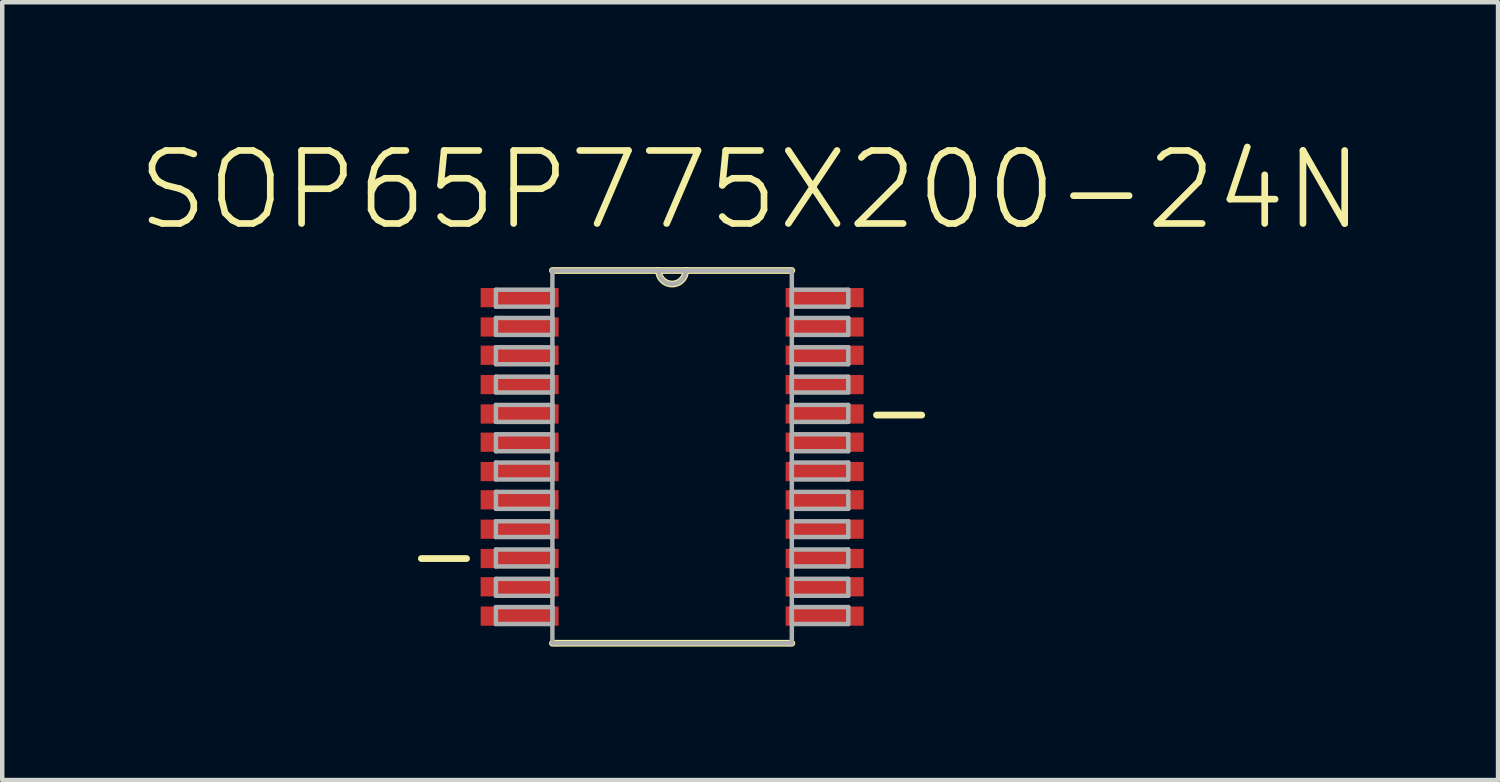
<source format=kicad_pcb>
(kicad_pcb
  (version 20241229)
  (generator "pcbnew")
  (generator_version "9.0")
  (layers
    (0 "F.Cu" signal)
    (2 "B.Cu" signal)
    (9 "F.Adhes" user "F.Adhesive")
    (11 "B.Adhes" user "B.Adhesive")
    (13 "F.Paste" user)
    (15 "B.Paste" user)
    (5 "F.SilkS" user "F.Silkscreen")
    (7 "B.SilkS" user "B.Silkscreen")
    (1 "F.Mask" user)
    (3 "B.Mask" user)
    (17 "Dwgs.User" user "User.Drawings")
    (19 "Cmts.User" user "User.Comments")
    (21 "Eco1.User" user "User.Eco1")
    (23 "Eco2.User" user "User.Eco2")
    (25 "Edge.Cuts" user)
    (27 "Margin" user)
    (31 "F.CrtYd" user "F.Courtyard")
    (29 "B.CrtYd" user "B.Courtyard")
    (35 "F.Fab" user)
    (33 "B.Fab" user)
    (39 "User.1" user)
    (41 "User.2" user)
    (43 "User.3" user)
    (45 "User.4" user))
  (footprint "SOP65P775X200-24N"
    (layer "F.Cu")
    (at 12.064 7.224)
    (property "Reference" "SOP65P775X200-24N" (at 1.754 -6 0) (layer "F.SilkS") (effects (font (size 1.642 1.642) (thickness 0.15))))
    (attr smd)
    (fp_line (start -5.639 2.286) (end -4.623 2.286) (stroke (width 0.152) (type solid)) (layer "F.SilkS"))
    (fp_line (start -2.692 4.191) (end 2.692 4.191) (stroke (width 0.152) (type solid)) (layer "F.SilkS"))
    (fp_line (start -0.305 -4.191) (end -2.692 -4.191) (stroke (width 0.152) (type solid)) (layer "F.SilkS"))
    (fp_line (start 0.305 -4.191) (end -0.305 -4.191) (stroke (width 0.152) (type solid)) (layer "F.SilkS"))
    (fp_line (start 2.692 -4.191) (end 0.305 -4.191) (stroke (width 0.152) (type solid)) (layer "F.SilkS"))
    (fp_line (start 4.597 -0.94) (end 5.613 -0.94) (stroke (width 0.152) (type solid)) (layer "F.SilkS"))
    (fp_arc (start 0.3048 -4.191) (mid 0 -3.8862) (end -0.3048 -4.191) (stroke (width 0.1524) (type solid)) (layer "F.SilkS"))
    (fp_line (start -3.962 -3.759) (end -3.962 -3.378) (stroke (width 0.1) (type solid)) (layer "F.Fab"))
    (fp_line (start -3.962 -3.378) (end -2.692 -3.378) (stroke (width 0.1) (type solid)) (layer "F.Fab"))
    (fp_line (start -3.962 -3.124) (end -3.962 -2.743) (stroke (width 0.1) (type solid)) (layer "F.Fab"))
    (fp_line (start -3.962 -2.743) (end -2.692 -2.743) (stroke (width 0.1) (type solid)) (layer "F.Fab"))
    (fp_line (start -3.962 -2.464) (end -3.962 -2.083) (stroke (width 0.1) (type solid)) (layer "F.Fab"))
    (fp_line (start -3.962 -2.083) (end -2.692 -2.083) (stroke (width 0.1) (type solid)) (layer "F.Fab"))
    (fp_line (start -3.962 -1.803) (end -3.962 -1.448) (stroke (width 0.1) (type solid)) (layer "F.Fab"))
    (fp_line (start -3.962 -1.448) (end -2.692 -1.448) (stroke (width 0.1) (type solid)) (layer "F.Fab"))
    (fp_line (start -3.962 -1.168) (end -3.962 -0.787) (stroke (width 0.1) (type solid)) (layer "F.Fab"))
    (fp_line (start -3.962 -0.787) (end -2.692 -0.787) (stroke (width 0.1) (type solid)) (layer "F.Fab"))
    (fp_line (start -3.962 -0.508) (end -3.962 -0.127) (stroke (width 0.1) (type solid)) (layer "F.Fab"))
    (fp_line (start -3.962 -0.127) (end -2.692 -0.127) (stroke (width 0.1) (type solid)) (layer "F.Fab"))
    (fp_line (start -3.962 0.127) (end -3.962 0.508) (stroke (width 0.1) (type solid)) (layer "F.Fab"))
    (fp_line (start -3.962 0.508) (end -2.692 0.508) (stroke (width 0.1) (type solid)) (layer "F.Fab"))
    (fp_line (start -3.962 0.787) (end -3.962 1.168) (stroke (width 0.1) (type solid)) (layer "F.Fab"))
    (fp_line (start -3.962 1.168) (end -2.692 1.168) (stroke (width 0.1) (type solid)) (layer "F.Fab"))
    (fp_line (start -3.962 1.448) (end -3.962 1.803) (stroke (width 0.1) (type solid)) (layer "F.Fab"))
    (fp_line (start -3.962 1.803) (end -2.692 1.803) (stroke (width 0.1) (type solid)) (layer "F.Fab"))
    (fp_line (start -3.962 2.083) (end -3.962 2.464) (stroke (width 0.1) (type solid)) (layer "F.Fab"))
    (fp_line (start -3.962 2.464) (end -2.692 2.464) (stroke (width 0.1) (type solid)) (layer "F.Fab"))
    (fp_line (start -3.962 2.743) (end -3.962 3.124) (stroke (width 0.1) (type solid)) (layer "F.Fab"))
    (fp_line (start -3.962 3.124) (end -2.692 3.124) (stroke (width 0.1) (type solid)) (layer "F.Fab"))
    (fp_line (start -3.962 3.378) (end -3.962 3.759) (stroke (width 0.1) (type solid)) (layer "F.Fab"))
    (fp_line (start -3.962 3.759) (end -2.692 3.759) (stroke (width 0.1) (type solid)) (layer "F.Fab"))
    (fp_line (start -2.692 -4.191) (end -2.692 4.191) (stroke (width 0.1) (type solid)) (layer "F.Fab"))
    (fp_line (start -2.692 -3.759) (end -3.962 -3.759) (stroke (width 0.1) (type solid)) (layer "F.Fab"))
    (fp_line (start -2.692 -3.378) (end -2.692 -3.759) (stroke (width 0.1) (type solid)) (layer "F.Fab"))
    (fp_line (start -2.692 -3.124) (end -3.962 -3.124) (stroke (width 0.1) (type solid)) (layer "F.Fab"))
    (fp_line (start -2.692 -2.743) (end -2.692 -3.124) (stroke (width 0.1) (type solid)) (layer "F.Fab"))
    (fp_line (start -2.692 -2.464) (end -3.962 -2.464) (stroke (width 0.1) (type solid)) (layer "F.Fab"))
    (fp_line (start -2.692 -2.083) (end -2.692 -2.464) (stroke (width 0.1) (type solid)) (layer "F.Fab"))
    (fp_line (start -2.692 -1.803) (end -3.962 -1.803) (stroke (width 0.1) (type solid)) (layer "F.Fab"))
    (fp_line (start -2.692 -1.448) (end -2.692 -1.803) (stroke (width 0.1) (type solid)) (layer "F.Fab"))
    (fp_line (start -2.692 -1.168) (end -3.962 -1.168) (stroke (width 0.1) (type solid)) (layer "F.Fab"))
    (fp_line (start -2.692 -0.787) (end -2.692 -1.168) (stroke (width 0.1) (type solid)) (layer "F.Fab"))
    (fp_line (start -2.692 -0.508) (end -3.962 -0.508) (stroke (width 0.1) (type solid)) (layer "F.Fab"))
    (fp_line (start -2.692 -0.127) (end -2.692 -0.508) (stroke (width 0.1) (type solid)) (layer "F.Fab"))
    (fp_line (start -2.692 0.127) (end -3.962 0.127) (stroke (width 0.1) (type solid)) (layer "F.Fab"))
    (fp_line (start -2.692 0.508) (end -2.692 0.127) (stroke (width 0.1) (type solid)) (layer "F.Fab"))
    (fp_line (start -2.692 0.787) (end -3.962 0.787) (stroke (width 0.1) (type solid)) (layer "F.Fab"))
    (fp_line (start -2.692 1.168) (end -2.692 0.787) (stroke (width 0.1) (type solid)) (layer "F.Fab"))
    (fp_line (start -2.692 1.448) (end -3.962 1.448) (stroke (width 0.1) (type solid)) (layer "F.Fab"))
    (fp_line (start -2.692 1.803) (end -2.692 1.448) (stroke (width 0.1) (type solid)) (layer "F.Fab"))
    (fp_line (start -2.692 2.083) (end -3.962 2.083) (stroke (width 0.1) (type solid)) (layer "F.Fab"))
    (fp_line (start -2.692 2.464) (end -2.692 2.083) (stroke (width 0.1) (type solid)) (layer "F.Fab"))
    (fp_line (start -2.692 2.743) (end -3.962 2.743) (stroke (width 0.1) (type solid)) (layer "F.Fab"))
    (fp_line (start -2.692 3.124) (end -2.692 2.743) (stroke (width 0.1) (type solid)) (layer "F.Fab"))
    (fp_line (start -2.692 3.378) (end -3.962 3.378) (stroke (width 0.1) (type solid)) (layer "F.Fab"))
    (fp_line (start -2.692 3.759) (end -2.692 3.378) (stroke (width 0.1) (type solid)) (layer "F.Fab"))
    (fp_line (start -2.692 4.191) (end 2.692 4.191) (stroke (width 0.1) (type solid)) (layer "F.Fab"))
    (fp_line (start -0.305 -4.191) (end -2.692 -4.191) (stroke (width 0.1) (type solid)) (layer "F.Fab"))
    (fp_line (start 0.305 -4.191) (end -0.305 -4.191) (stroke (width 0.1) (type solid)) (layer "F.Fab"))
    (fp_line (start 2.692 -4.191) (end 0.305 -4.191) (stroke (width 0.1) (type solid)) (layer "F.Fab"))
    (fp_line (start 2.692 -3.759) (end 2.692 -3.378) (stroke (width 0.1) (type solid)) (layer "F.Fab"))
    (fp_line (start 2.692 -3.378) (end 3.962 -3.378) (stroke (width 0.1) (type solid)) (layer "F.Fab"))
    (fp_line (start 2.692 -3.124) (end 2.692 -2.743) (stroke (width 0.1) (type solid)) (layer "F.Fab"))
    (fp_line (start 2.692 -2.743) (end 3.962 -2.743) (stroke (width 0.1) (type solid)) (layer "F.Fab"))
    (fp_line (start 2.692 -2.464) (end 2.692 -2.083) (stroke (width 0.1) (type solid)) (layer "F.Fab"))
    (fp_line (start 2.692 -2.083) (end 3.962 -2.083) (stroke (width 0.1) (type solid)) (layer "F.Fab"))
    (fp_line (start 2.692 -1.803) (end 2.692 -1.448) (stroke (width 0.1) (type solid)) (layer "F.Fab"))
    (fp_line (start 2.692 -1.448) (end 3.962 -1.448) (stroke (width 0.1) (type solid)) (layer "F.Fab"))
    (fp_line (start 2.692 -1.168) (end 2.692 -0.787) (stroke (width 0.1) (type solid)) (layer "F.Fab"))
    (fp_line (start 2.692 -0.787) (end 3.962 -0.787) (stroke (width 0.1) (type solid)) (layer "F.Fab"))
    (fp_line (start 2.692 -0.508) (end 2.692 -0.127) (stroke (width 0.1) (type solid)) (layer "F.Fab"))
    (fp_line (start 2.692 -0.127) (end 3.962 -0.127) (stroke (width 0.1) (type solid)) (layer "F.Fab"))
    (fp_line (start 2.692 0.127) (end 2.692 0.508) (stroke (width 0.1) (type solid)) (layer "F.Fab"))
    (fp_line (start 2.692 0.508) (end 3.962 0.508) (stroke (width 0.1) (type solid)) (layer "F.Fab"))
    (fp_line (start 2.692 0.787) (end 2.692 1.168) (stroke (width 0.1) (type solid)) (layer "F.Fab"))
    (fp_line (start 2.692 1.168) (end 3.962 1.168) (stroke (width 0.1) (type solid)) (layer "F.Fab"))
    (fp_line (start 2.692 1.448) (end 2.692 1.803) (stroke (width 0.1) (type solid)) (layer "F.Fab"))
    (fp_line (start 2.692 1.803) (end 3.962 1.803) (stroke (width 0.1) (type solid)) (layer "F.Fab"))
    (fp_line (start 2.692 2.083) (end 2.692 2.464) (stroke (width 0.1) (type solid)) (layer "F.Fab"))
    (fp_line (start 2.692 2.464) (end 3.962 2.464) (stroke (width 0.1) (type solid)) (layer "F.Fab"))
    (fp_line (start 2.692 2.743) (end 2.692 3.124) (stroke (width 0.1) (type solid)) (layer "F.Fab"))
    (fp_line (start 2.692 3.124) (end 3.962 3.124) (stroke (width 0.1) (type solid)) (layer "F.Fab"))
    (fp_line (start 2.692 3.378) (end 2.692 3.759) (stroke (width 0.1) (type solid)) (layer "F.Fab"))
    (fp_line (start 2.692 3.759) (end 3.962 3.759) (stroke (width 0.1) (type solid)) (layer "F.Fab"))
    (fp_line (start 2.692 4.191) (end 2.692 -4.191) (stroke (width 0.1) (type solid)) (layer "F.Fab"))
    (fp_line (start 3.962 -3.759) (end 2.692 -3.759) (stroke (width 0.1) (type solid)) (layer "F.Fab"))
    (fp_line (start 3.962 -3.378) (end 3.962 -3.759) (stroke (width 0.1) (type solid)) (layer "F.Fab"))
    (fp_line (start 3.962 -3.124) (end 2.692 -3.124) (stroke (width 0.1) (type solid)) (layer "F.Fab"))
    (fp_line (start 3.962 -2.743) (end 3.962 -3.124) (stroke (width 0.1) (type solid)) (layer "F.Fab"))
    (fp_line (start 3.962 -2.464) (end 2.692 -2.464) (stroke (width 0.1) (type solid)) (layer "F.Fab"))
    (fp_line (start 3.962 -2.083) (end 3.962 -2.464) (stroke (width 0.1) (type solid)) (layer "F.Fab"))
    (fp_line (start 3.962 -1.803) (end 2.692 -1.803) (stroke (width 0.1) (type solid)) (layer "F.Fab"))
    (fp_line (start 3.962 -1.448) (end 3.962 -1.803) (stroke (width 0.1) (type solid)) (layer "F.Fab"))
    (fp_line (start 3.962 -1.168) (end 2.692 -1.168) (stroke (width 0.1) (type solid)) (layer "F.Fab"))
    (fp_line (start 3.962 -0.787) (end 3.962 -1.168) (stroke (width 0.1) (type solid)) (layer "F.Fab"))
    (fp_line (start 3.962 -0.508) (end 2.692 -0.508) (stroke (width 0.1) (type solid)) (layer "F.Fab"))
    (fp_line (start 3.962 -0.127) (end 3.962 -0.508) (stroke (width 0.1) (type solid)) (layer "F.Fab"))
    (fp_line (start 3.962 0.127) (end 2.692 0.127) (stroke (width 0.1) (type solid)) (layer "F.Fab"))
    (fp_line (start 3.962 0.508) (end 3.962 0.127) (stroke (width 0.1) (type solid)) (layer "F.Fab"))
    (fp_line (start 3.962 0.787) (end 2.692 0.787) (stroke (width 0.1) (type solid)) (layer "F.Fab"))
    (fp_line (start 3.962 1.168) (end 3.962 0.787) (stroke (width 0.1) (type solid)) (layer "F.Fab"))
    (fp_line (start 3.962 1.448) (end 2.692 1.448) (stroke (width 0.1) (type solid)) (layer "F.Fab"))
    (fp_line (start 3.962 1.803) (end 3.962 1.448) (stroke (width 0.1) (type solid)) (layer "F.Fab"))
    (fp_line (start 3.962 2.083) (end 2.692 2.083) (stroke (width 0.1) (type solid)) (layer "F.Fab"))
    (fp_line (start 3.962 2.464) (end 3.962 2.083) (stroke (width 0.1) (type solid)) (layer "F.Fab"))
    (fp_line (start 3.962 2.743) (end 2.692 2.743) (stroke (width 0.1) (type solid)) (layer "F.Fab"))
    (fp_line (start 3.962 3.124) (end 3.962 2.743) (stroke (width 0.1) (type solid)) (layer "F.Fab"))
    (fp_line (start 3.962 3.378) (end 2.692 3.378) (stroke (width 0.1) (type solid)) (layer "F.Fab"))
    (fp_line (start 3.962 3.759) (end 3.962 3.378) (stroke (width 0.1) (type solid)) (layer "F.Fab"))
    (fp_arc (start 0.3048 -4.191) (mid 0 -3.8862) (end -0.3048 -4.191) (stroke (width 0.1) (type solid)) (layer "F.Fab"))
    (pad "1" smd rect (at -3.429 -3.581) (size 1.753 0.432) (layers "F.Cu" "F.Mask" "F.Paste"))
    (pad "2" smd rect (at -3.429 -2.921) (size 1.753 0.432) (layers "F.Cu" "F.Mask" "F.Paste"))
    (pad "3" smd rect (at -3.429 -2.286) (size 1.753 0.432) (layers "F.Cu" "F.Mask" "F.Paste"))
    (pad "4" smd rect (at -3.429 -1.626) (size 1.753 0.432) (layers "F.Cu" "F.Mask" "F.Paste"))
    (pad "5" smd rect (at -3.429 -0.965) (size 1.753 0.432) (layers "F.Cu" "F.Mask" "F.Paste"))
    (pad "6" smd rect (at -3.429 -0.33) (size 1.753 0.432) (layers "F.Cu" "F.Mask" "F.Paste"))
    (pad "7" smd rect (at -3.429 0.33) (size 1.753 0.432) (layers "F.Cu" "F.Mask" "F.Paste"))
    (pad "8" smd rect (at -3.429 0.965) (size 1.753 0.432) (layers "F.Cu" "F.Mask" "F.Paste"))
    (pad "9" smd rect (at -3.429 1.626) (size 1.753 0.432) (layers "F.Cu" "F.Mask" "F.Paste"))
    (pad "10" smd rect (at -3.429 2.286) (size 1.753 0.432) (layers "F.Cu" "F.Mask" "F.Paste"))
    (pad "11" smd rect (at -3.429 2.921) (size 1.753 0.432) (layers "F.Cu" "F.Mask" "F.Paste"))
    (pad "12" smd rect (at -3.429 3.581) (size 1.753 0.432) (layers "F.Cu" "F.Mask" "F.Paste"))
    (pad "13" smd rect (at 3.429 3.581) (size 1.753 0.432) (layers "F.Cu" "F.Mask" "F.Paste"))
    (pad "14" smd rect (at 3.429 2.921) (size 1.753 0.432) (layers "F.Cu" "F.Mask" "F.Paste"))
    (pad "15" smd rect (at 3.429 2.286) (size 1.753 0.432) (layers "F.Cu" "F.Mask" "F.Paste"))
    (pad "16" smd rect (at 3.429 1.626) (size 1.753 0.432) (layers "F.Cu" "F.Mask" "F.Paste"))
    (pad "17" smd rect (at 3.429 0.965) (size 1.753 0.432) (layers "F.Cu" "F.Mask" "F.Paste"))
    (pad "18" smd rect (at 3.429 0.33) (size 1.753 0.432) (layers "F.Cu" "F.Mask" "F.Paste"))
    (pad "19" smd rect (at 3.429 -0.33) (size 1.753 0.432) (layers "F.Cu" "F.Mask" "F.Paste"))
    (pad "20" smd rect (at 3.429 -0.965) (size 1.753 0.432) (layers "F.Cu" "F.Mask" "F.Paste"))
    (pad "21" smd rect (at 3.429 -1.626) (size 1.753 0.432) (layers "F.Cu" "F.Mask" "F.Paste"))
    (pad "22" smd rect (at 3.429 -2.286) (size 1.753 0.432) (layers "F.Cu" "F.Mask" "F.Paste"))
    (pad "23" smd rect (at 3.429 -2.921) (size 1.753 0.432) (layers "F.Cu" "F.Mask" "F.Paste"))
    (pad "24" smd rect (at 3.429 -3.581) (size 1.753 0.432) (layers "F.Cu" "F.Mask" "F.Paste")))
  (gr_rect
    (start -3 -3)
    (end 30.637 14.491)
    (stroke (width 0.1) (type default))
    (fill no)
    (layer "Edge.Cuts")))
</source>
